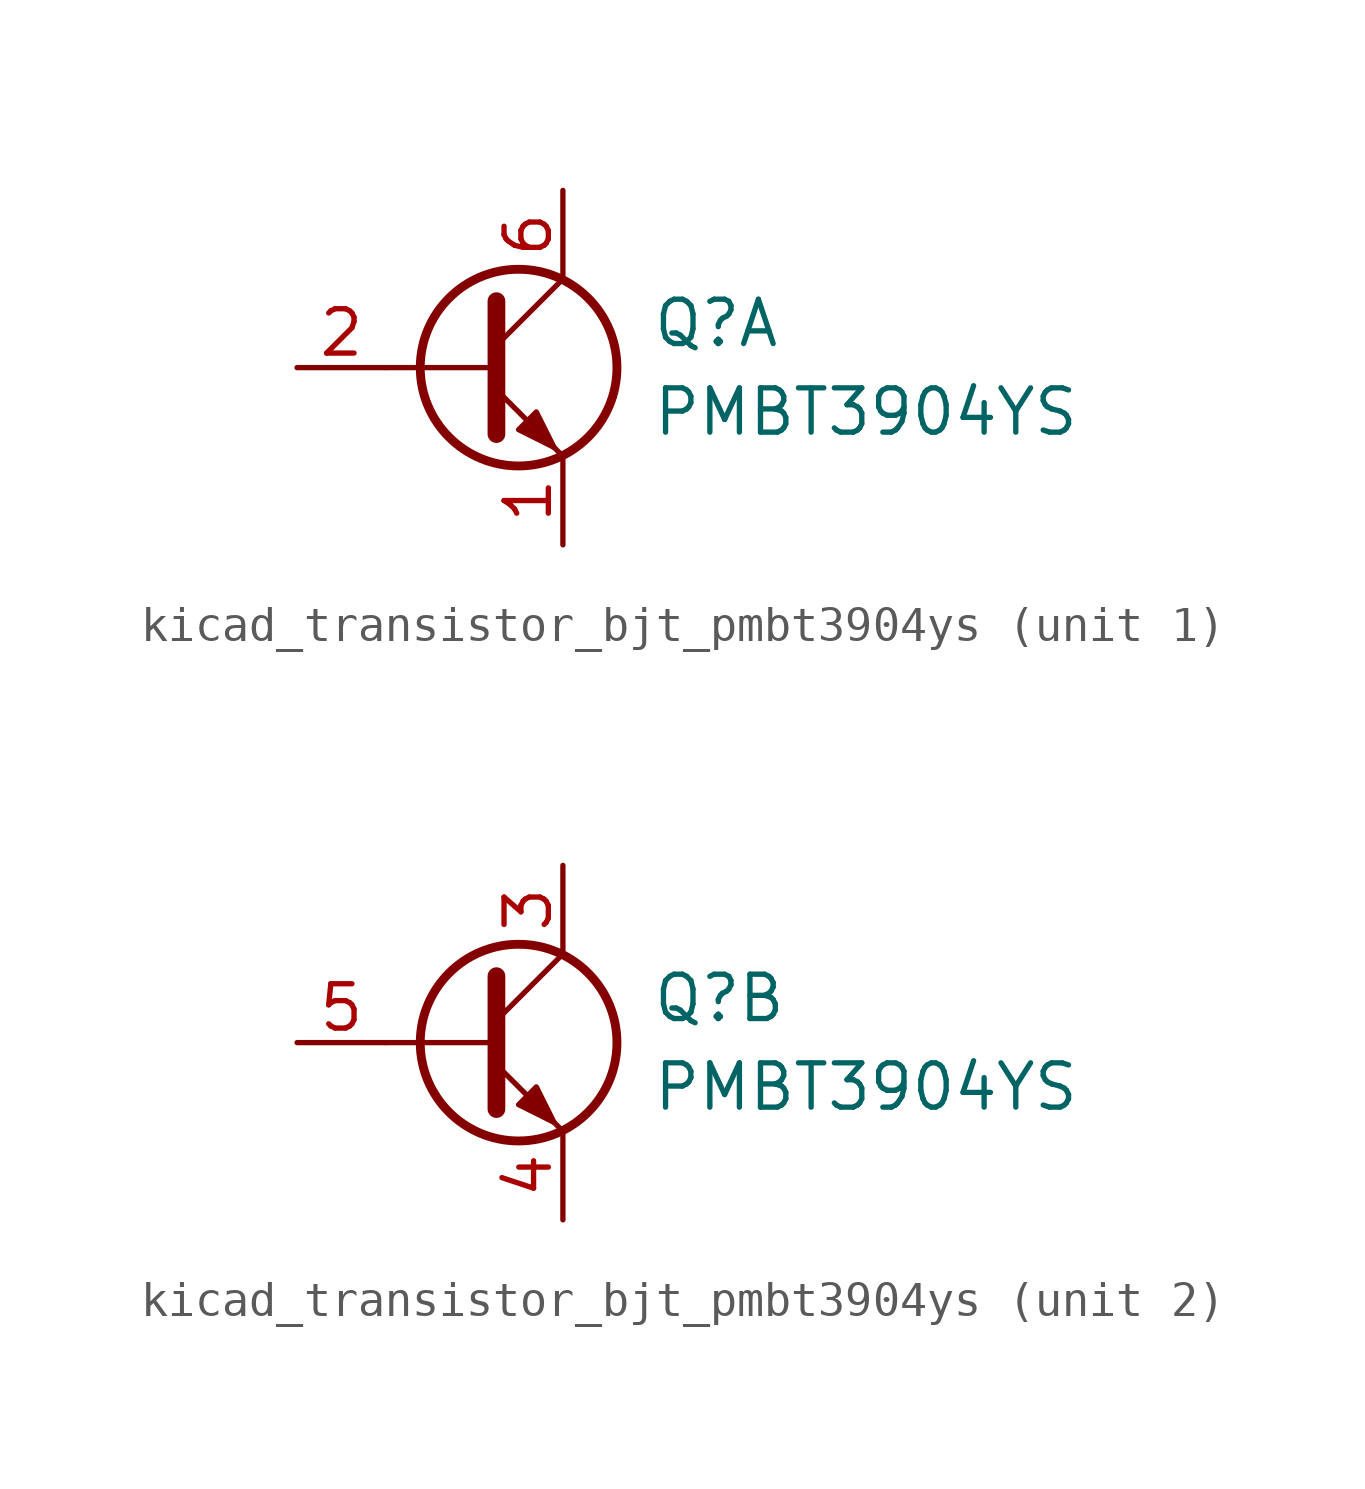
<source format=kicad_sym>
(kicad_symbol_lib
  (version 20220914)
  (generator kicad_symbol_editor)
  (symbol "kicad_transistor_bjt_pmbt3904ys"
    (pin_names
      (offset 0) hide)
    (property "Reference" "Q"
      (at 5.08 1.27 0)
      (effects (font (size 1.27 1.27)) (justify left)))
    (property "Value" "PMBT3904YS"
      (at 5.08 -1.27 0)
      (effects (font (size 1.27 1.27)) (justify left)))
    (property "ki_locked" ""
      (at 0 0 0)
      (effects (font (size 1.27 1.27))))
    (symbol "kicad_transistor_bjt_pmbt3904ys_0_1"
      (polyline (pts (xy 0.635 0) (xy -2.54 0)) (stroke (width 0) (type default)) (fill (type none)))
      (polyline (pts (xy 0.635 0.635) (xy 2.54 2.54)) (stroke (width 0) (type default)) (fill (type none)))
      (polyline (pts (xy 0.635 -0.635) (xy 2.54 -2.54) (xy 2.54 -2.54)) (stroke (width 0) (type default)) (fill (type none)))
      (polyline (pts (xy 0.635 1.905) (xy 0.635 -1.905) (xy 0.635 -1.905)) (stroke (width 0.508) (type default)) (fill (type none)))
      (polyline (pts (xy 1.27 -1.778) (xy 1.778 -1.27) (xy 2.286 -2.286) (xy 1.27 -1.778) (xy 1.27 -1.778)) (stroke (width 0) (type default)) (fill (type outline)))
      (circle (center 1.27 0) (radius 2.819) (stroke (width 0.254) (type default)) (fill (type none))))
    (symbol "kicad_transistor_bjt_pmbt3904ys_1_1"
      (pin passive line (at 2.54 -5.08 90) (length 2.54) (name "E1" (effects (font (size 1.27 1.27)))) (number "1" (effects (font (size 1.27 1.27)))))
      (pin input line (at -5.08 0 0) (length 2.54) (name "B1" (effects (font (size 1.27 1.27)))) (number "2" (effects (font (size 1.27 1.27)))))
      (pin passive line (at 2.54 5.08 270) (length 2.54) (name "C1" (effects (font (size 1.27 1.27)))) (number "6" (effects (font (size 1.27 1.27))))))
    (symbol "kicad_transistor_bjt_pmbt3904ys_2_1"
      (pin passive line (at 2.54 5.08 270) (length 2.54) (name "C2" (effects (font (size 1.27 1.27)))) (number "3" (effects (font (size 1.27 1.27)))))
      (pin passive line (at 2.54 -5.08 90) (length 2.54) (name "E2" (effects (font (size 1.27 1.27)))) (number "4" (effects (font (size 1.27 1.27)))))
      (pin input line (at -5.08 0 0) (length 2.54) (name "B2" (effects (font (size 1.27 1.27)))) (number "5" (effects (font (size 1.27 1.27))))))))
</source>
